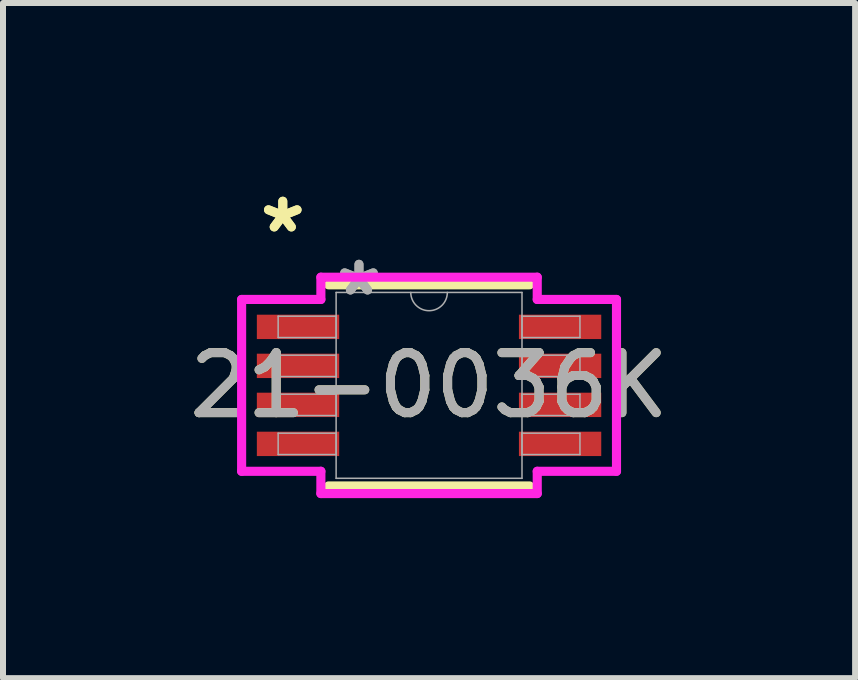
<source format=kicad_pcb>
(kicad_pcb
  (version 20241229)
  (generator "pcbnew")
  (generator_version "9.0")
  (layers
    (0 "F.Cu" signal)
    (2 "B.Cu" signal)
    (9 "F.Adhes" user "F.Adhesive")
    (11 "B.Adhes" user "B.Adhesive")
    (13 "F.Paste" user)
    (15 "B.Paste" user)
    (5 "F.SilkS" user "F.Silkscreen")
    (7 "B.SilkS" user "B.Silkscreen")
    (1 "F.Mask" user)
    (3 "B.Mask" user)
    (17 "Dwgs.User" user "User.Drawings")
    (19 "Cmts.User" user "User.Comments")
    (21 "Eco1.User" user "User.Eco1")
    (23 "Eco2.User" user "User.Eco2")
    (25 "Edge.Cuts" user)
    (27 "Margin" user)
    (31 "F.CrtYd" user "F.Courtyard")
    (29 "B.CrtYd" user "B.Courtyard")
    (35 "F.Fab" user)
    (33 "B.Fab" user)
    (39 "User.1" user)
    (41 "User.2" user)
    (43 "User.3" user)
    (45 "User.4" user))
  (footprint "21-0036K"
    (layer "F.Cu")
    (at 4.101 3.373)
    (property "Reference" "21-0036K" (at 0 0 0) (unlocked yes) (layer "F.SilkS") (effects (font (size 1 1) (thickness 0.15))))
    (attr smd)
    (fp_line (start -1.676 1.676) (end 1.676 1.676) (stroke (width 0.152) (type solid)) (layer "F.SilkS"))
    (fp_line (start 1.676 -1.676) (end -1.676 -1.676) (stroke (width 0.152) (type solid)) (layer "F.SilkS"))
    (fp_line (start -3.124 -1.432) (end -1.803 -1.432) (stroke (width 0.152) (type solid)) (layer "F.CrtYd"))
    (fp_line (start -3.124 1.432) (end -3.124 -1.432) (stroke (width 0.152) (type solid)) (layer "F.CrtYd"))
    (fp_line (start -3.124 1.432) (end -1.803 1.432) (stroke (width 0.152) (type solid)) (layer "F.CrtYd"))
    (fp_line (start -1.803 -1.803) (end 1.803 -1.803) (stroke (width 0.152) (type solid)) (layer "F.CrtYd"))
    (fp_line (start -1.803 -1.432) (end -1.803 -1.803) (stroke (width 0.152) (type solid)) (layer "F.CrtYd"))
    (fp_line (start -1.803 1.803) (end -1.803 1.432) (stroke (width 0.152) (type solid)) (layer "F.CrtYd"))
    (fp_line (start 1.803 -1.803) (end 1.803 -1.432) (stroke (width 0.152) (type solid)) (layer "F.CrtYd"))
    (fp_line (start 1.803 1.432) (end 1.803 1.803) (stroke (width 0.152) (type solid)) (layer "F.CrtYd"))
    (fp_line (start 1.803 1.803) (end -1.803 1.803) (stroke (width 0.152) (type solid)) (layer "F.CrtYd"))
    (fp_line (start 3.124 -1.432) (end 1.803 -1.432) (stroke (width 0.152) (type solid)) (layer "F.CrtYd"))
    (fp_line (start 3.124 -1.432) (end 3.124 1.432) (stroke (width 0.152) (type solid)) (layer "F.CrtYd"))
    (fp_line (start 3.124 1.432) (end 1.803 1.432) (stroke (width 0.152) (type solid)) (layer "F.CrtYd"))
    (fp_line (start -2.515 -1.153) (end -2.515 -0.797) (stroke (width 0.025) (type solid)) (layer "F.Fab"))
    (fp_line (start -2.515 -0.797) (end -1.549 -0.797) (stroke (width 0.025) (type solid)) (layer "F.Fab"))
    (fp_line (start -2.515 -0.503) (end -2.515 -0.147) (stroke (width 0.025) (type solid)) (layer "F.Fab"))
    (fp_line (start -2.515 -0.147) (end -1.549 -0.147) (stroke (width 0.025) (type solid)) (layer "F.Fab"))
    (fp_line (start -2.515 0.147) (end -2.515 0.503) (stroke (width 0.025) (type solid)) (layer "F.Fab"))
    (fp_line (start -2.515 0.503) (end -1.549 0.503) (stroke (width 0.025) (type solid)) (layer "F.Fab"))
    (fp_line (start -2.515 0.797) (end -2.515 1.153) (stroke (width 0.025) (type solid)) (layer "F.Fab"))
    (fp_line (start -2.515 1.153) (end -1.549 1.153) (stroke (width 0.025) (type solid)) (layer "F.Fab"))
    (fp_line (start -1.549 -1.549) (end -1.549 1.549) (stroke (width 0.025) (type solid)) (layer "F.Fab"))
    (fp_line (start -1.549 -1.153) (end -2.515 -1.153) (stroke (width 0.025) (type solid)) (layer "F.Fab"))
    (fp_line (start -1.549 -0.797) (end -1.549 -1.153) (stroke (width 0.025) (type solid)) (layer "F.Fab"))
    (fp_line (start -1.549 -0.503) (end -2.515 -0.503) (stroke (width 0.025) (type solid)) (layer "F.Fab"))
    (fp_line (start -1.549 -0.147) (end -1.549 -0.503) (stroke (width 0.025) (type solid)) (layer "F.Fab"))
    (fp_line (start -1.549 0.147) (end -2.515 0.147) (stroke (width 0.025) (type solid)) (layer "F.Fab"))
    (fp_line (start -1.549 0.503) (end -1.549 0.147) (stroke (width 0.025) (type solid)) (layer "F.Fab"))
    (fp_line (start -1.549 0.797) (end -2.515 0.797) (stroke (width 0.025) (type solid)) (layer "F.Fab"))
    (fp_line (start -1.549 1.153) (end -1.549 0.797) (stroke (width 0.025) (type solid)) (layer "F.Fab"))
    (fp_line (start -1.549 1.549) (end 1.549 1.549) (stroke (width 0.025) (type solid)) (layer "F.Fab"))
    (fp_line (start 1.549 -1.549) (end -1.549 -1.549) (stroke (width 0.025) (type solid)) (layer "F.Fab"))
    (fp_line (start 1.549 -1.153) (end 1.549 -0.797) (stroke (width 0.025) (type solid)) (layer "F.Fab"))
    (fp_line (start 1.549 -0.797) (end 2.515 -0.797) (stroke (width 0.025) (type solid)) (layer "F.Fab"))
    (fp_line (start 1.549 -0.503) (end 1.549 -0.147) (stroke (width 0.025) (type solid)) (layer "F.Fab"))
    (fp_line (start 1.549 -0.147) (end 2.515 -0.147) (stroke (width 0.025) (type solid)) (layer "F.Fab"))
    (fp_line (start 1.549 0.147) (end 1.549 0.503) (stroke (width 0.025) (type solid)) (layer "F.Fab"))
    (fp_line (start 1.549 0.503) (end 2.515 0.503) (stroke (width 0.025) (type solid)) (layer "F.Fab"))
    (fp_line (start 1.549 0.797) (end 1.549 1.153) (stroke (width 0.025) (type solid)) (layer "F.Fab"))
    (fp_line (start 1.549 1.153) (end 2.515 1.153) (stroke (width 0.025) (type solid)) (layer "F.Fab"))
    (fp_line (start 1.549 1.549) (end 1.549 -1.549) (stroke (width 0.025) (type solid)) (layer "F.Fab"))
    (fp_line (start 2.515 -1.153) (end 1.549 -1.153) (stroke (width 0.025) (type solid)) (layer "F.Fab"))
    (fp_line (start 2.515 -0.797) (end 2.515 -1.153) (stroke (width 0.025) (type solid)) (layer "F.Fab"))
    (fp_line (start 2.515 -0.503) (end 1.549 -0.503) (stroke (width 0.025) (type solid)) (layer "F.Fab"))
    (fp_line (start 2.515 -0.147) (end 2.515 -0.503) (stroke (width 0.025) (type solid)) (layer "F.Fab"))
    (fp_line (start 2.515 0.147) (end 1.549 0.147) (stroke (width 0.025) (type solid)) (layer "F.Fab"))
    (fp_line (start 2.515 0.503) (end 2.515 0.147) (stroke (width 0.025) (type solid)) (layer "F.Fab"))
    (fp_line (start 2.515 0.797) (end 1.549 0.797) (stroke (width 0.025) (type solid)) (layer "F.Fab"))
    (fp_line (start 2.515 1.153) (end 2.515 0.797) (stroke (width 0.025) (type solid)) (layer "F.Fab"))
    (fp_arc (start 0.3048 -1.5494) (mid 0 -1.2446) (end -0.3048 -1.5494) (stroke (width 0.0254) (type solid)) (layer "F.Fab"))
    (fp_text user "*" (at -2.438 -2.524 0) (unlocked yes) (layer "F.SilkS") (effects (font (size 1 1) (thickness 0.15))))
    (fp_text user "*" (at -2.438 -2.524 0) (layer "F.SilkS") (effects (font (size 1 1) (thickness 0.15))))
    (fp_text user "${REFERENCE}" (at 0 0 0) (unlocked yes) (layer "F.Fab") (effects (font (size 1 1) (thickness 0.15))))
    (fp_text user "*" (at -1.168 -1.473 0) (unlocked yes) (layer "F.Fab") (effects (font (size 1 1) (thickness 0.15))))
    (fp_text user "*" (at -1.168 -1.473 0) (layer "F.Fab") (effects (font (size 1 1) (thickness 0.15))))
    (pad "1" smd rect (at -2.184 -0.975) (size 1.372 0.406) (layers "F.Cu" "F.Mask" "F.Paste"))
    (pad "2" smd rect (at -2.184 -0.325) (size 1.372 0.406) (layers "F.Cu" "F.Mask" "F.Paste"))
    (pad "3" smd rect (at -2.184 0.325) (size 1.372 0.406) (layers "F.Cu" "F.Mask" "F.Paste"))
    (pad "4" smd rect (at -2.184 0.975) (size 1.372 0.406) (layers "F.Cu" "F.Mask" "F.Paste"))
    (pad "5" smd rect (at 2.184 0.975) (size 1.372 0.406) (layers "F.Cu" "F.Mask" "F.Paste"))
    (pad "6" smd rect (at 2.184 0.325) (size 1.372 0.406) (layers "F.Cu" "F.Mask" "F.Paste"))
    (pad "7" smd rect (at 2.184 -0.325) (size 1.372 0.406) (layers "F.Cu" "F.Mask" "F.Paste"))
    (pad "8" smd rect (at 2.184 -0.975) (size 1.372 0.406) (layers "F.Cu" "F.Mask" "F.Paste")))
  (gr_rect
    (start -3 -3)
    (end 11.202 8.252)
    (stroke (width 0.1) (type default))
    (fill no)
    (layer "Edge.Cuts")))
</source>
